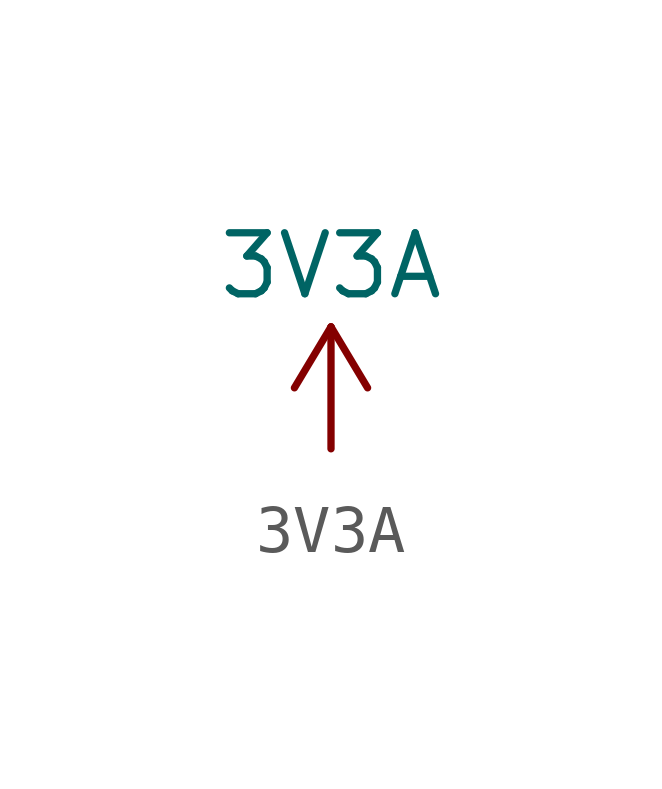
<source format=kicad_sym>
(kicad_symbol_lib
  (version 20220914)
  (generator kicad_symbol_editor)
  (symbol "3V3A"
    (power)
    (pin_names
      (offset 0))
    (property "Reference" "#PWR"
      (at 0 -3.81 0)
      (effects (font (size 1.27 1.27)) hide))
    (property "Value" "3V3A"
      (at 0 3.81 0)
      (effects (font (size 1.27 1.27))))
    (symbol "3V3A_0_1"
      (polyline (pts (xy -0.762 1.27) (xy 0 2.54)) (stroke (width 0) (type default)) (fill (type none)))
      (polyline (pts (xy 0 0) (xy 0 2.54)) (stroke (width 0) (type default)) (fill (type none)))
      (polyline (pts (xy 0 2.54) (xy 0.762 1.27)) (stroke (width 0) (type default)) (fill (type none))))
    (symbol "3V3A_1_1"
      (pin power_in line (at 0 0 90) (length 0) hide (name "3V3A" (effects (font (size 1.27 1.27)))) (number "1" (effects (font (size 1.27 1.27))))))))
</source>
